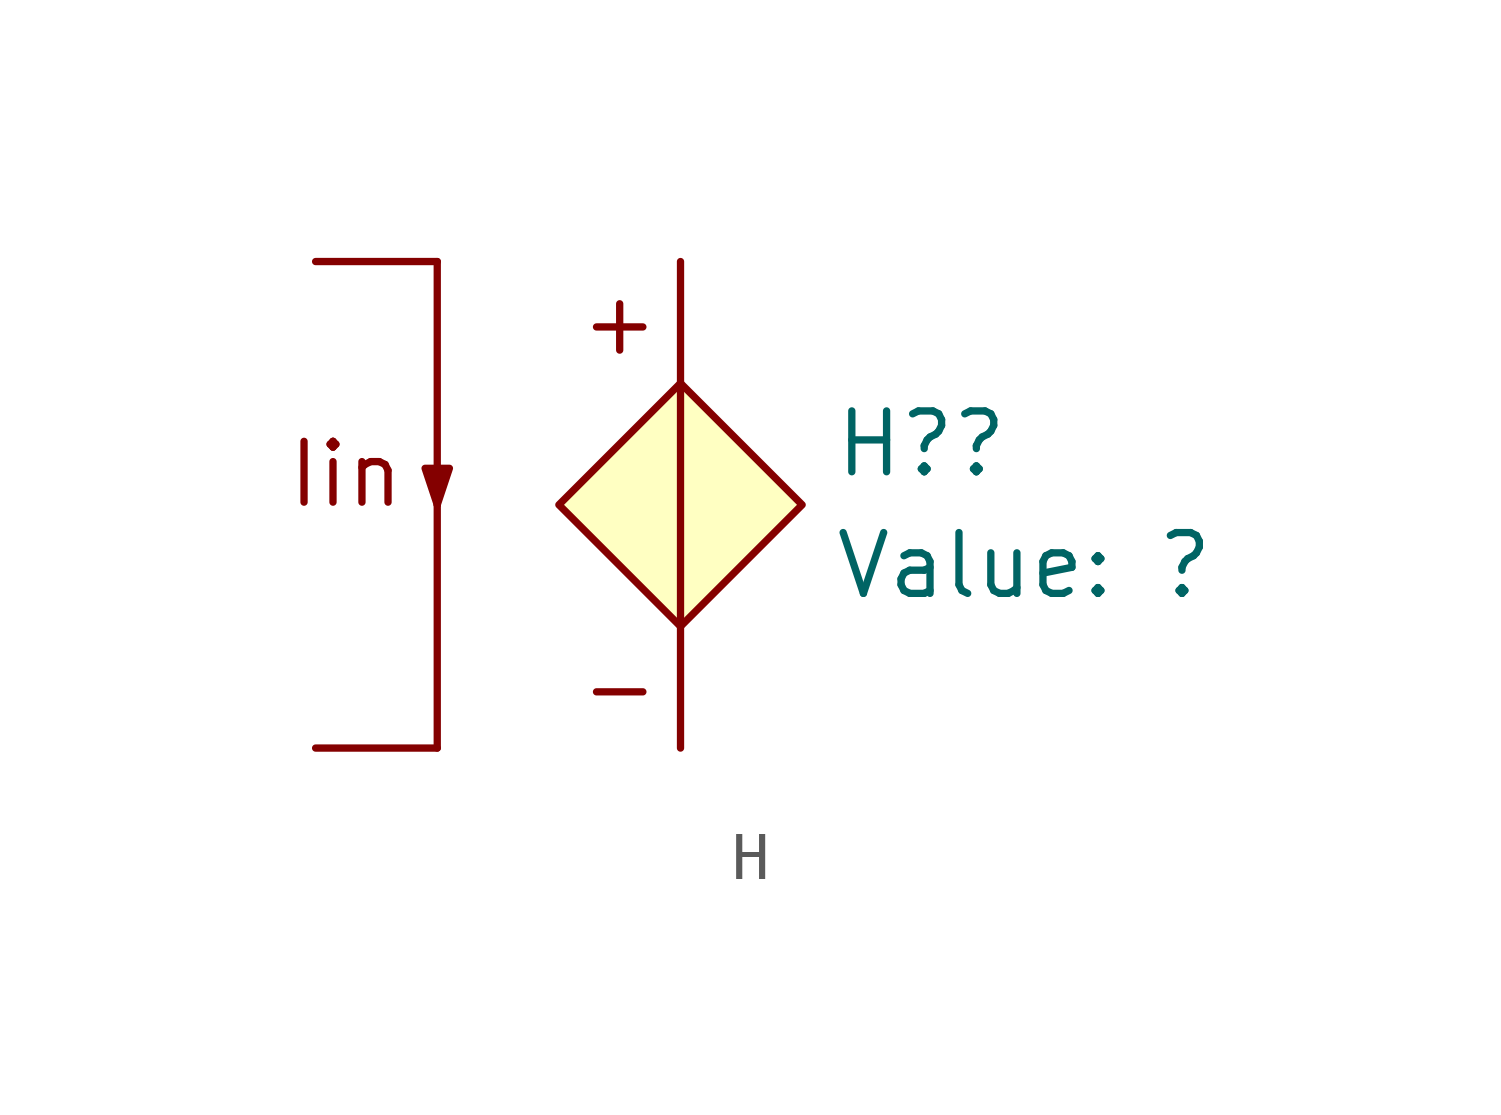
<source format=kicad_sym>
(kicad_symbol_lib
  (version 20231120)
  (generator "kicad_symbol_editor")
  (generator_version "8.0")
  (symbol "H"
    (pin_numbers hide)
    (pin_names
      (offset 0) hide)
    (property "Reference" "H?"
      (at 3.175 1.27 0)
      (effects (font (size 1.27 1.27)) (justify left)))
    (property "Value" "?"
      (at 3.175 -1.27 0)
      (show_name)
      (effects (font (size 1.27 1.27)) (justify left)))
    (symbol "H_0_0"
      (text "+" (at -1.27 3.81 0) (effects (font (size 1.27 1.27))))
      (text "-" (at -1.27 -3.81 0) (effects (font (size 1.27 1.27)))))
    (symbol "H_0_1"
      (polyline (pts (xy -5.08 0) (xy -5.08 -5.08)) (stroke (width 0) (type default)) (fill (type none)))
      (polyline (pts (xy -5.08 0) (xy -5.08 5.08)) (stroke (width 0) (type solid)) (fill (type none)))
      (polyline (pts (xy 0 2.54) (xy 0 -2.54)) (stroke (width 0) (type solid)) (fill (type none)))
      (polyline (pts (xy -5.08 0) (xy -5.334 0.762) (xy -4.826 0.762) (xy -5.08 0)) (stroke (width 0) (type solid)) (fill (type outline))))
    (symbol "H_1_0"
      (pin power_out line (at 0 5.08 270) (length 2.54) (name "outP" (effects (font (size 1.27 1.27)))) (number "1" (effects (font (size 1.27 1.27)))))
      (pin power_out line (at 0 -5.08 90) (length 2.54) (name "outN" (effects (font (size 1.27 1.27)))) (number "2" (effects (font (size 1.27 1.27))))))
    (symbol "H_1_1"
      (polyline (pts (xy 0 2.54) (xy -2.54 0) (xy 0 -2.54) (xy 2.54 0) (xy 0 2.54)) (stroke (width 0) (type default)) (fill (type background)))
      (text "Iin" (at -6.985 0.635 0) (effects (font (size 1.27 1.27))))
      (pin input line (at -7.62 5.08 0) (length 2.54) (name "inp" (effects (font (size 1.27 1.27)))) (number "3" (effects (font (size 1.27 1.27)))))
      (pin input line (at -7.62 -5.08 0) (length 2.54) (name "inN" (effects (font (size 1.27 1.27)))) (number "4" (effects (font (size 1.27 1.27))))))))
</source>
